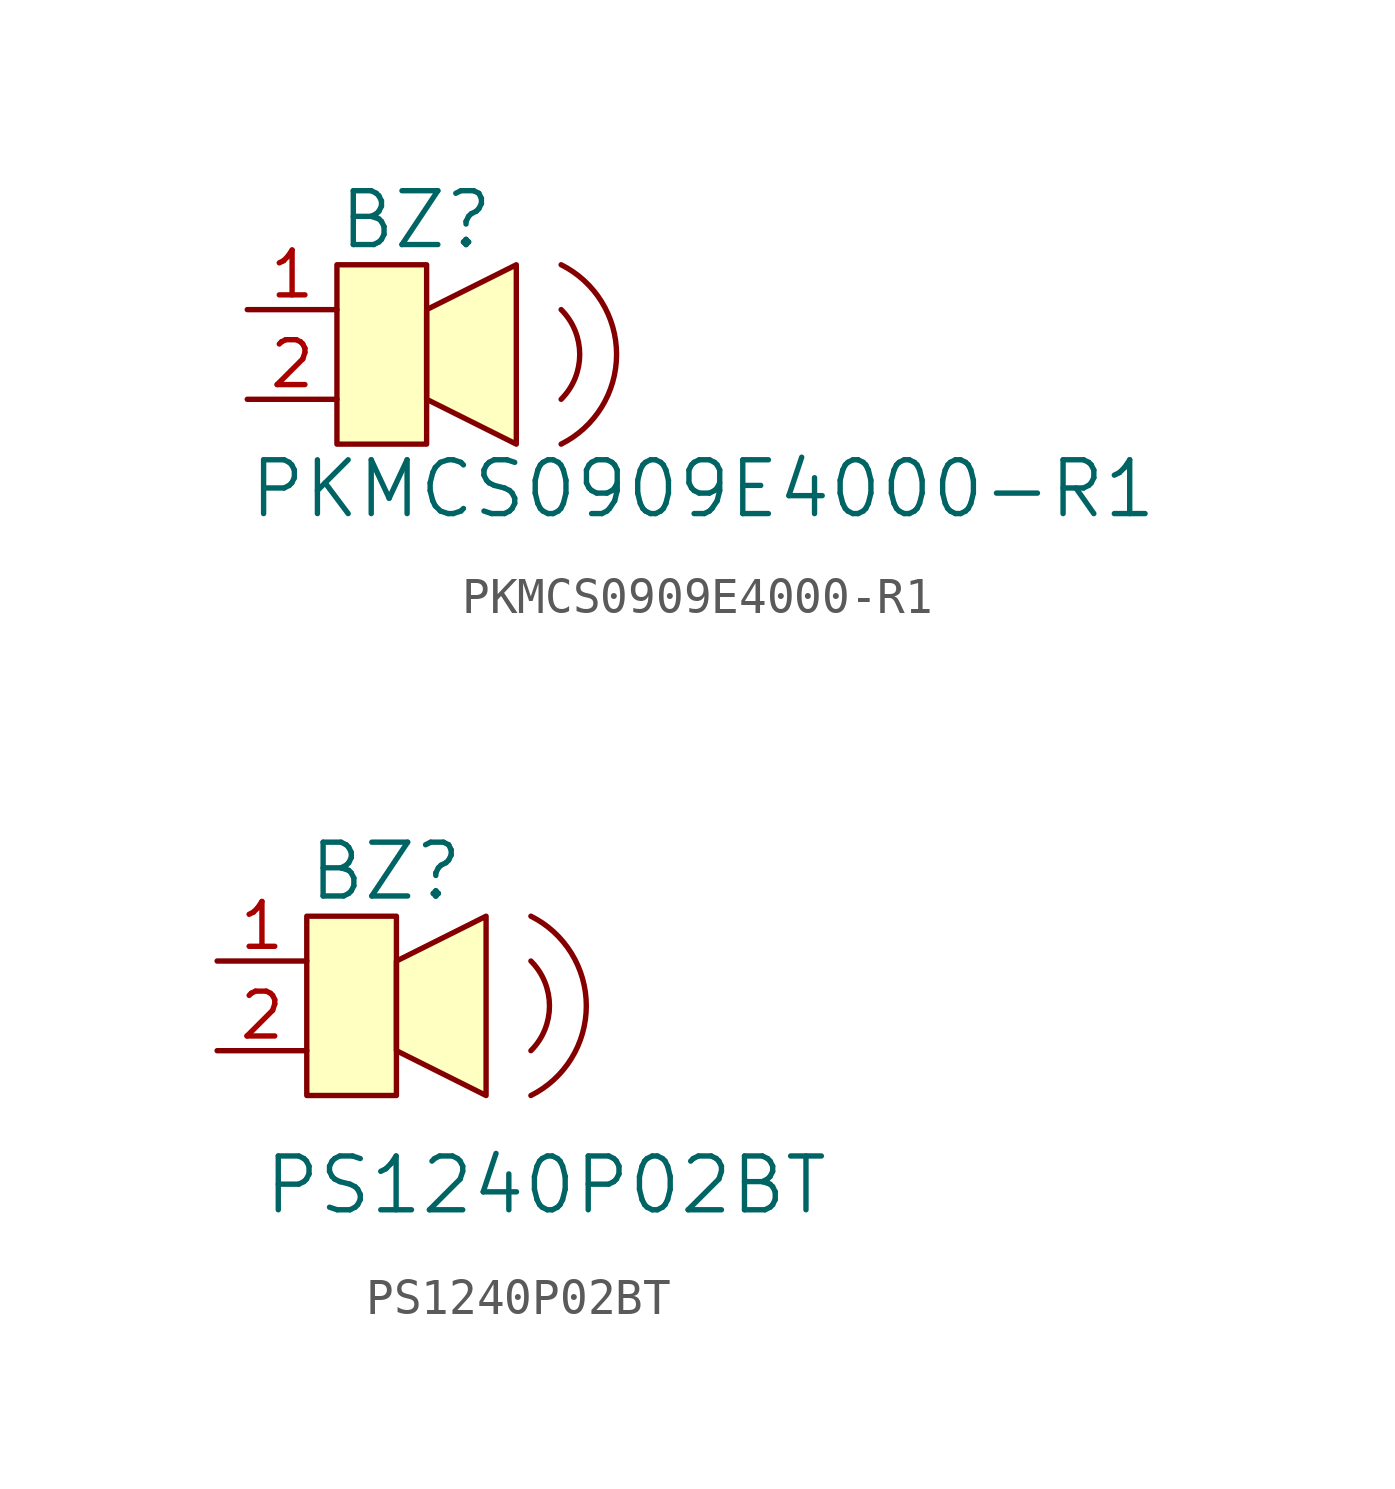
<source format=kicad_sym>
(kicad_symbol_lib
  (version 20220914)
  (generator kicad_symbol_editor)
  (symbol "PKMCS0909E4000-R1"
    (pin_names
      (offset 0.025))
    (property "Reference" "BZ"
      (at 0 5.08 0)
      (effects (font (size 1.524 1.524)) (justify left)))
    (property "Value" "PKMCS0909E4000-R1"
      (at -2.54 -2.54 0)
      (effects (font (size 1.524 1.524)) (justify left)))
    (symbol "PKMCS0909E4000-R1_0_1"
      (polyline (pts (xy 2.54 2.54) (xy 5.08 3.81) (xy 5.08 -1.27) (xy 2.54 0) (xy 2.54 2.54)) (stroke (width 0) (type default)) (fill (type background)))
      (rectangle (start 0 3.81) (end 2.54 -1.27) (stroke (width 0) (type default)) (fill (type background)))
      (arc (start 6.35 -1.27) (mid 7.9198 1.27) (end 6.35 3.81) (stroke (width 0) (type default)) (fill (type none)))
      (arc (start 6.35 0) (mid 6.8761 1.27) (end 6.35 2.54) (stroke (width 0) (type default)) (fill (type none))))
    (symbol "PKMCS0909E4000-R1_1_1"
      (pin input line (at -2.54 2.54 0) (length 2.54) (name "~" (effects (font (size 1.27 1.27)))) (number "1" (effects (font (size 1.27 1.27)))))
      (pin input line (at -2.54 0 0) (length 2.54) (name "~" (effects (font (size 1.27 1.27)))) (number "2" (effects (font (size 1.27 1.27)))))))
  (symbol "PS1240P02BT"
    (pin_names
      (offset 0))
    (property "Reference" "BZ"
      (at 0 5.08 0)
      (effects (font (size 1.524 1.524)) (justify left)))
    (property "Value" "PS1240P02BT"
      (at -1.27 -3.81 0)
      (effects (font (size 1.524 1.524)) (justify left)))
    (symbol "PS1240P02BT_0_1"
      (polyline (pts (xy 2.54 2.54) (xy 5.08 3.81) (xy 5.08 -1.27) (xy 2.54 0) (xy 2.54 2.54)) (stroke (width 0) (type default)) (fill (type background)))
      (rectangle (start 0 3.81) (end 2.54 -1.27) (stroke (width 0) (type default)) (fill (type background)))
      (arc (start 6.35 -1.27) (mid 7.9198 1.27) (end 6.35 3.81) (stroke (width 0) (type default)) (fill (type none)))
      (arc (start 6.35 0) (mid 6.8761 1.27) (end 6.35 2.54) (stroke (width 0) (type default)) (fill (type none))))
    (symbol "PS1240P02BT_1_1"
      (pin input line (at -2.54 2.54 0) (length 2.54) (name "~" (effects (font (size 1.27 1.27)))) (number "1" (effects (font (size 1.27 1.27)))))
      (pin input line (at -2.54 0 0) (length 2.54) (name "~" (effects (font (size 1.27 1.27)))) (number "2" (effects (font (size 1.27 1.27))))))))
</source>
